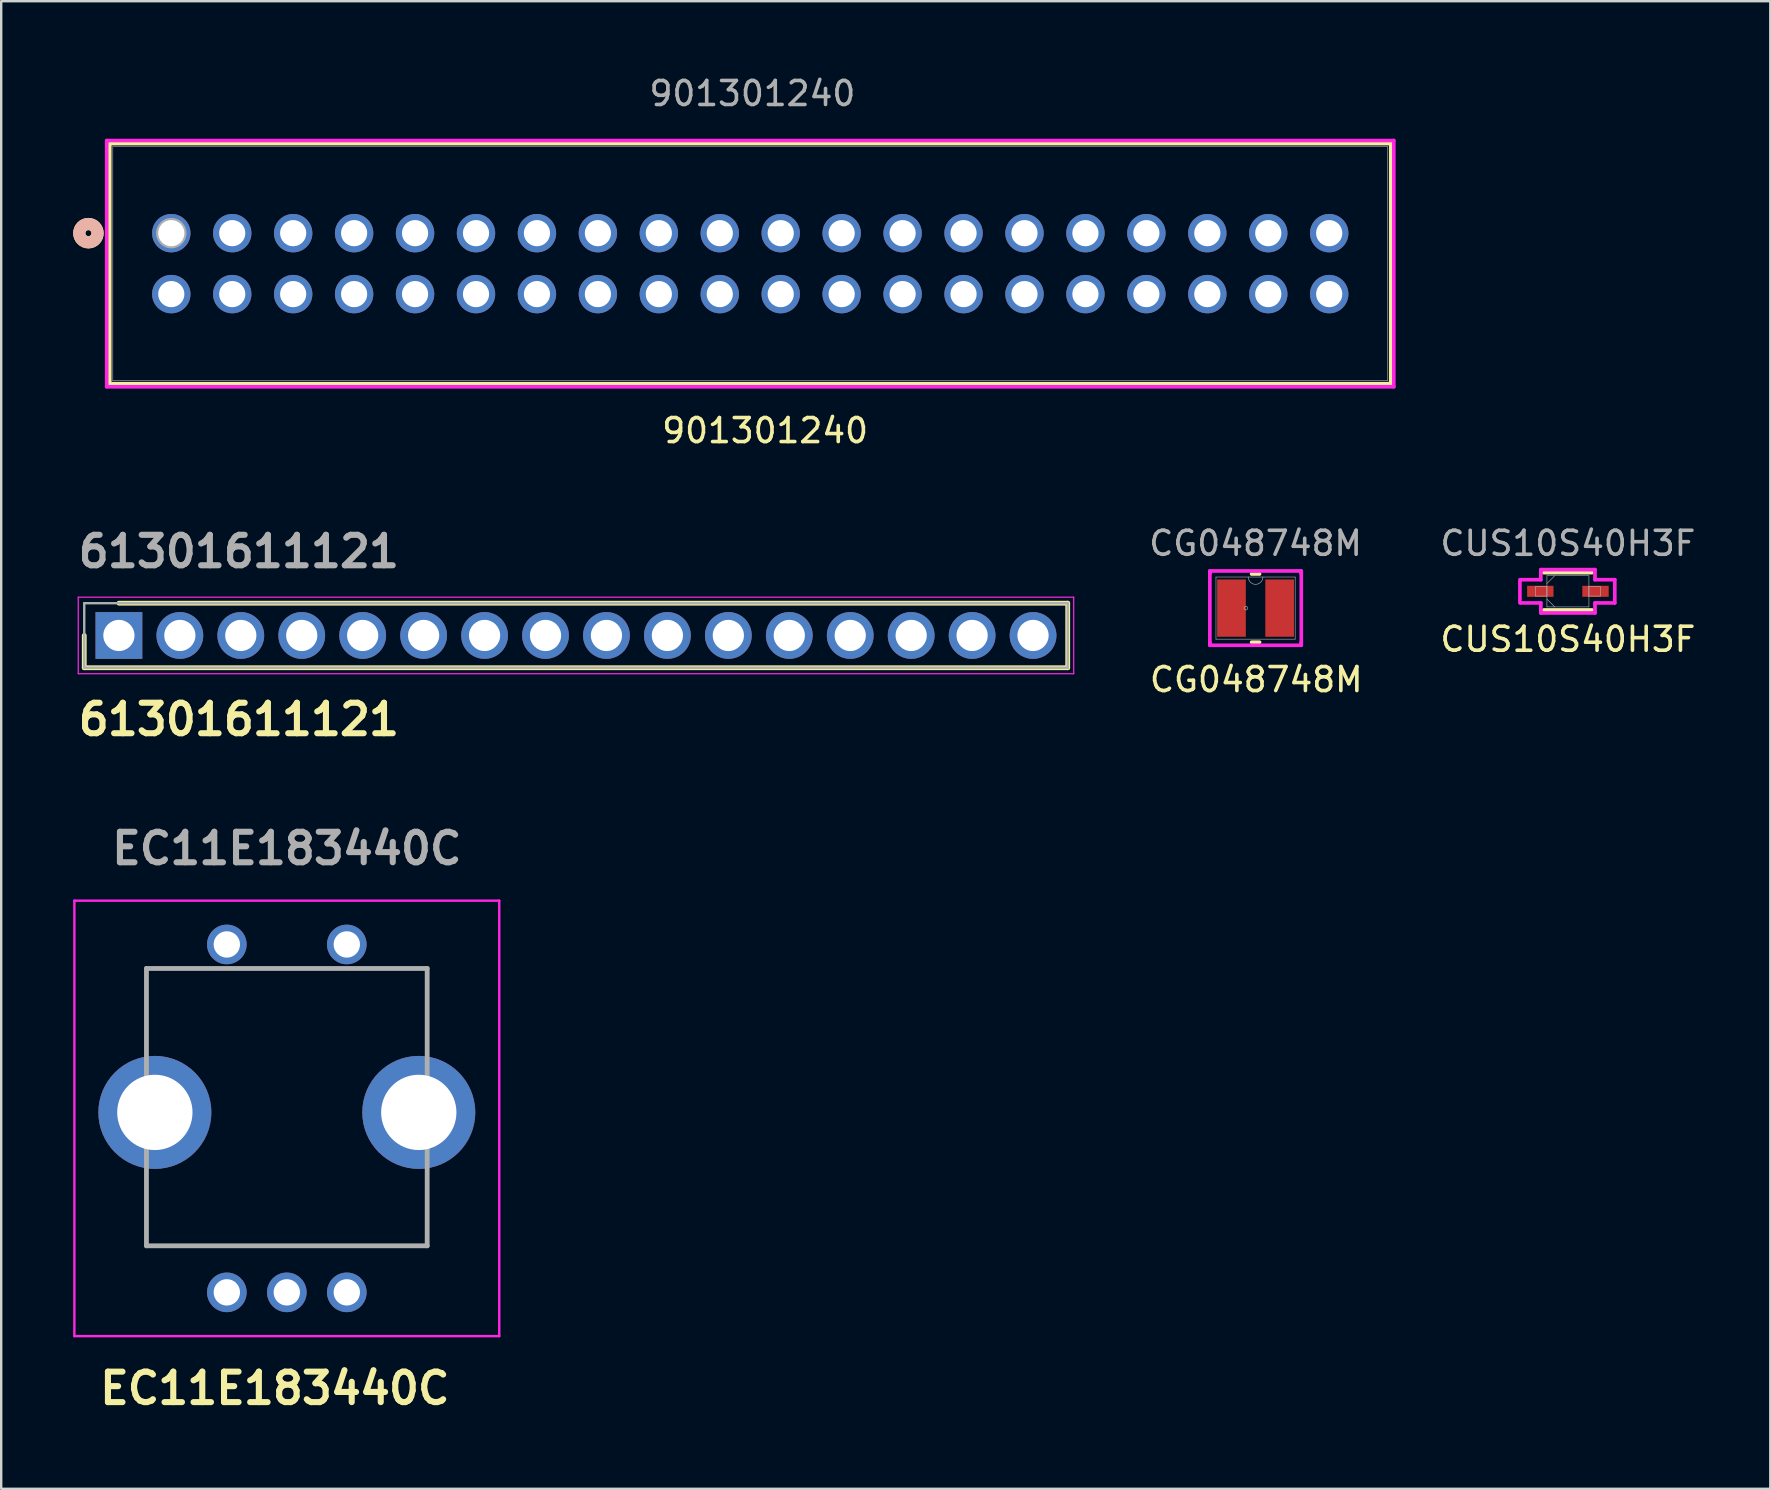
<source format=kicad_pcb>
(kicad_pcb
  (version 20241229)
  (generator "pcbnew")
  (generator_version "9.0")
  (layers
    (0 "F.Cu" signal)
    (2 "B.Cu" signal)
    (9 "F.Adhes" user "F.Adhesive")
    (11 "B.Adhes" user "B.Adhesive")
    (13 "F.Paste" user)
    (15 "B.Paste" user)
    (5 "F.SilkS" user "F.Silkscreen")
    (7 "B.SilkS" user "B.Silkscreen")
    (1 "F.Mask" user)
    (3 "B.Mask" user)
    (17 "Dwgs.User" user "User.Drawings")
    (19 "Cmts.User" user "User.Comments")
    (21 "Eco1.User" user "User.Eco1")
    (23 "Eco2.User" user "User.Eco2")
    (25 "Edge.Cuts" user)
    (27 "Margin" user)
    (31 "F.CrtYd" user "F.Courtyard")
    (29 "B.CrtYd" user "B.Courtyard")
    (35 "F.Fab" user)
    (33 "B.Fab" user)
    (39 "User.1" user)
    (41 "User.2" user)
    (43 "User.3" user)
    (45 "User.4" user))
  (footprint "CG048748M"
    (layer "F.Cu")
    (at 49.28 22.295)
    (property "Reference" "CG048748M" (at 0.03 2.98 0) (unlocked yes) (layer "F.SilkS") (effects (font (size 1 1) (thickness 0.15))))
    (attr smd)
    (fp_line (start -0.165 1.422) (end 0.165 1.422) (stroke (width 0.152) (type solid)) (layer "F.SilkS"))
    (fp_line (start 0.165 -1.422) (end -0.165 -1.422) (stroke (width 0.152) (type solid)) (layer "F.SilkS"))
    (fp_line (start -1.905 -1.549) (end 1.905 -1.549) (stroke (width 0.152) (type solid)) (layer "F.CrtYd"))
    (fp_line (start -1.905 -1.448) (end -1.905 -1.549) (stroke (width 0.152) (type solid)) (layer "F.CrtYd"))
    (fp_line (start -1.905 -1.448) (end -1.905 -1.448) (stroke (width 0.152) (type solid)) (layer "F.CrtYd"))
    (fp_line (start -1.905 1.448) (end -1.905 -1.448) (stroke (width 0.152) (type solid)) (layer "F.CrtYd"))
    (fp_line (start -1.905 1.448) (end -1.905 1.448) (stroke (width 0.152) (type solid)) (layer "F.CrtYd"))
    (fp_line (start -1.905 1.549) (end -1.905 1.448) (stroke (width 0.152) (type solid)) (layer "F.CrtYd"))
    (fp_line (start 1.905 -1.549) (end 1.905 -1.448) (stroke (width 0.152) (type solid)) (layer "F.CrtYd"))
    (fp_line (start 1.905 -1.448) (end 1.905 -1.448) (stroke (width 0.152) (type solid)) (layer "F.CrtYd"))
    (fp_line (start 1.905 -1.448) (end 1.905 1.448) (stroke (width 0.152) (type solid)) (layer "F.CrtYd"))
    (fp_line (start 1.905 1.448) (end 1.905 1.448) (stroke (width 0.152) (type solid)) (layer "F.CrtYd"))
    (fp_line (start 1.905 1.448) (end 1.905 1.549) (stroke (width 0.152) (type solid)) (layer "F.CrtYd"))
    (fp_line (start 1.905 1.549) (end -1.905 1.549) (stroke (width 0.152) (type solid)) (layer "F.CrtYd"))
    (fp_line (start -1.651 -1.295) (end -1.651 1.295) (stroke (width 0.025) (type solid)) (layer "F.Fab"))
    (fp_line (start -1.651 1.295) (end 1.651 1.295) (stroke (width 0.025) (type solid)) (layer "F.Fab"))
    (fp_line (start 1.651 -1.295) (end -1.651 -1.295) (stroke (width 0.025) (type solid)) (layer "F.Fab"))
    (fp_line (start 1.651 1.295) (end 1.651 -1.295) (stroke (width 0.025) (type solid)) (layer "F.Fab"))
    (fp_arc (start 0.3048 -1.2954) (mid 0 -0.9906) (end -0.3048 -1.2954) (stroke (width 0.0254) (type solid)) (layer "F.Fab"))
    (fp_circle (center -0.406 0) (end -0.33 0) (stroke (width 0.025) (type solid)) (fill no) (layer "F.Fab"))
    (fp_text user "${REFERENCE}" (at 0 -2.7 0) (unlocked yes) (layer "F.Fab") (effects (font (size 1 1) (thickness 0.15))))
    (pad "1" smd rect (at -1.003 0) (size 1.194 2.388) (layers "F.Cu" "F.Mask" "F.Paste"))
    (pad "2" smd rect (at 1.003 0) (size 1.194 2.388) (layers "F.Cu" "F.Mask" "F.Paste")))
  (footprint "CUS10S40H3F"
    (layer "F.Cu")
    (at 62.298 21.595)
    (property "Reference" "CUS10S40H3F" (at 0 2 0) (unlocked yes) (layer "F.SilkS") (effects (font (size 1 1) (thickness 0.15))))
    (attr smd)
    (fp_line (start -1.002 0.777) (end 1.002 0.777) (stroke (width 0.152) (type solid)) (layer "F.SilkS"))
    (fp_line (start 1.002 -0.777) (end -1.002 -0.777) (stroke (width 0.152) (type solid)) (layer "F.SilkS"))
    (fp_line (start -2 0.484) (end -2 -0.484) (stroke (width 0.152) (type solid)) (layer "F.CrtYd"))
    (fp_line (start -1.954 -0.484) (end -1.129 -0.484) (stroke (width 0.152) (type solid)) (layer "F.CrtYd"))
    (fp_line (start -1.129 -0.904) (end 1.129 -0.904) (stroke (width 0.152) (type solid)) (layer "F.CrtYd"))
    (fp_line (start -1.129 -0.484) (end -1.129 -0.904) (stroke (width 0.152) (type solid)) (layer "F.CrtYd"))
    (fp_line (start -1.129 0.484) (end -1.954 0.484) (stroke (width 0.152) (type solid)) (layer "F.CrtYd"))
    (fp_line (start -1.129 0.904) (end -1.129 0.484) (stroke (width 0.152) (type solid)) (layer "F.CrtYd"))
    (fp_line (start 1.129 -0.904) (end 1.129 -0.484) (stroke (width 0.152) (type solid)) (layer "F.CrtYd"))
    (fp_line (start 1.129 -0.484) (end 1.954 -0.484) (stroke (width 0.152) (type solid)) (layer "F.CrtYd"))
    (fp_line (start 1.129 0.484) (end 1.129 0.904) (stroke (width 0.152) (type solid)) (layer "F.CrtYd"))
    (fp_line (start 1.129 0.904) (end -1.129 0.904) (stroke (width 0.152) (type solid)) (layer "F.CrtYd"))
    (fp_line (start 1.954 -0.484) (end 1.954 0.484) (stroke (width 0.152) (type solid)) (layer "F.CrtYd"))
    (fp_line (start 1.954 0.484) (end 1.129 0.484) (stroke (width 0.152) (type solid)) (layer "F.CrtYd"))
    (fp_line (start -1.35 -0.2) (end -1.35 0.2) (stroke (width 0.025) (type solid)) (layer "F.Fab"))
    (fp_line (start -1.35 0.2) (end -0.875 0.2) (stroke (width 0.025) (type solid)) (layer "F.Fab"))
    (fp_line (start -0.875 -0.65) (end -0.875 0.65) (stroke (width 0.025) (type solid)) (layer "F.Fab"))
    (fp_line (start -0.875 -0.325) (end -0.55 -0.65) (stroke (width 0.025) (type solid)) (layer "F.Fab"))
    (fp_line (start -0.875 -0.2) (end -1.35 -0.2) (stroke (width 0.025) (type solid)) (layer "F.Fab"))
    (fp_line (start -0.875 0.2) (end -0.875 -0.2) (stroke (width 0.025) (type solid)) (layer "F.Fab"))
    (fp_line (start -0.875 0.325) (end -0.55 0.65) (stroke (width 0.025) (type solid)) (layer "F.Fab"))
    (fp_line (start -0.875 0.65) (end 0.875 0.65) (stroke (width 0.025) (type solid)) (layer "F.Fab"))
    (fp_line (start 0.875 -0.65) (end -0.875 -0.65) (stroke (width 0.025) (type solid)) (layer "F.Fab"))
    (fp_line (start 0.875 -0.2) (end 0.875 0.2) (stroke (width 0.025) (type solid)) (layer "F.Fab"))
    (fp_line (start 0.875 0.2) (end 1.35 0.2) (stroke (width 0.025) (type solid)) (layer "F.Fab"))
    (fp_line (start 0.875 0.65) (end 0.875 -0.65) (stroke (width 0.025) (type solid)) (layer "F.Fab"))
    (fp_line (start 1.35 -0.2) (end 0.875 -0.2) (stroke (width 0.025) (type solid)) (layer "F.Fab"))
    (fp_line (start 1.35 0.2) (end 1.35 -0.2) (stroke (width 0.025) (type solid)) (layer "F.Fab"))
    (fp_text user "${REFERENCE}" (at 0 -2 0) (unlocked yes) (layer "F.Fab") (effects (font (size 1 1) (thickness 0.15))))
    (pad "1" smd rect (at -1.15 0) (size 1.1 0.46) (layers "F.Cu" "F.Mask" "F.Paste"))
    (pad "2" smd rect (at 1.15 0) (size 1.1 0.46) (layers "F.Cu" "F.Mask" "F.Paste")))
  (footprint "EC11E183440C"
    (layer "F.Cu")
    (at 6.404 50.813)
    (property "Reference" "EC11E183440C" (at 2 4 0) (layer "F.SilkS") (effects (font (size 1.27 1.27) (thickness 0.254))))
    (attr through_hole)
    (fp_line (start -3.35 -13.5) (end 8.35 -13.5) (stroke (width 0.1) (type solid)) (layer "F.SilkS"))
    (fp_line (start -3.35 -10.5) (end -3.35 -13.5) (stroke (width 0.1) (type solid)) (layer "F.SilkS"))
    (fp_line (start -3.35 -4.5) (end -3.35 -1.94) (stroke (width 0.1) (type solid)) (layer "F.SilkS"))
    (fp_line (start -3.35 -1.94) (end 8.35 -1.94) (stroke (width 0.1) (type solid)) (layer "F.SilkS"))
    (fp_line (start 8.35 -13.5) (end 8.35 -10.5) (stroke (width 0.1) (type solid)) (layer "F.SilkS"))
    (fp_line (start 8.35 -1.94) (end 8.35 -4.5) (stroke (width 0.1) (type solid)) (layer "F.SilkS"))
    (fp_line (start -6.354 -16.325) (end 11.354 -16.325) (stroke (width 0.1) (type solid)) (layer "F.CrtYd"))
    (fp_line (start -6.354 1.825) (end -6.354 -16.325) (stroke (width 0.1) (type solid)) (layer "F.CrtYd"))
    (fp_line (start 11.354 -16.325) (end 11.354 1.825) (stroke (width 0.1) (type solid)) (layer "F.CrtYd"))
    (fp_line (start 11.354 1.825) (end -6.354 1.825) (stroke (width 0.1) (type solid)) (layer "F.CrtYd"))
    (fp_line (start -3.35 -13.5) (end 8.35 -13.5) (stroke (width 0.2) (type solid)) (layer "F.Fab"))
    (fp_line (start -3.35 -1.94) (end -3.35 -13.5) (stroke (width 0.2) (type solid)) (layer "F.Fab"))
    (fp_line (start 8.35 -13.5) (end 8.35 -1.94) (stroke (width 0.2) (type solid)) (layer "F.Fab"))
    (fp_line (start 8.35 -1.94) (end -3.35 -1.94) (stroke (width 0.2) (type solid)) (layer "F.Fab"))
    (fp_text user "${REFERENCE}" (at 2.5 -18.5 0) (layer "F.Fab") (effects (font (size 1.27 1.27) (thickness 0.254))))
    (pad "A1" thru_hole circle (at 0 0) (size 1.65 1.65) (drill 1.1) (layers "*.Cu" "*.Mask"))
    (pad "B1" thru_hole circle (at 5 0) (size 1.65 1.65) (drill 1.1) (layers "*.Cu" "*.Mask"))
    (pad "C1" thru_hole circle (at 2.5 0) (size 1.65 1.65) (drill 1.1) (layers "*.Cu" "*.Mask"))
    (pad "D1" thru_hole circle (at 0 -14.5) (size 1.65 1.65) (drill 1.1) (layers "*.Cu" "*.Mask"))
    (pad "E1" thru_hole circle (at 5 -14.5) (size 1.65 1.65) (drill 1.1) (layers "*.Cu" "*.Mask"))
    (pad "MH1" thru_hole circle (at -3 -7.5) (size 4.708 4.708) (drill 3.139) (layers "*.Cu" "*.Mask"))
    (pad "MH2" thru_hole circle (at 8 -7.5) (size 4.708 4.708) (drill 3.139) (layers "*.Cu" "*.Mask")))
  (footprint "901301240"
    (layer "F.Cu")
    (at 4.089 6.668)
    (property "Reference" "901301240" (at 24.75 8.23 0) (unlocked yes) (layer "F.SilkS") (effects (font (size 1 1) (thickness 0.15))))
    (attr through_hole)
    (fp_line (start -2.565 -3.734) (end -2.565 6.274) (stroke (width 0.152) (type solid)) (layer "F.SilkS"))
    (fp_line (start -2.565 6.274) (end 50.825 6.274) (stroke (width 0.152) (type solid)) (layer "F.SilkS"))
    (fp_line (start 50.825 -3.734) (end -2.565 -3.734) (stroke (width 0.152) (type solid)) (layer "F.SilkS"))
    (fp_line (start 50.825 6.274) (end 50.825 -3.734) (stroke (width 0.152) (type solid)) (layer "F.SilkS"))
    (fp_circle (center -3.454 0) (end -3.073 0) (stroke (width 0.508) (type solid)) (fill no) (layer "F.SilkS"))
    (fp_circle (center -3.454 0) (end -3.073 0) (stroke (width 0.508) (type solid)) (fill no) (layer "B.SilkS"))
    (fp_line (start -2.692 -3.861) (end -2.692 6.401) (stroke (width 0.152) (type solid)) (layer "F.CrtYd"))
    (fp_line (start -2.692 6.401) (end 50.952 6.401) (stroke (width 0.152) (type solid)) (layer "F.CrtYd"))
    (fp_line (start 50.952 -3.861) (end -2.692 -3.861) (stroke (width 0.152) (type solid)) (layer "F.CrtYd"))
    (fp_line (start 50.952 6.401) (end 50.952 -3.861) (stroke (width 0.152) (type solid)) (layer "F.CrtYd"))
    (fp_line (start -2.438 -3.607) (end -2.438 6.147) (stroke (width 0.025) (type solid)) (layer "F.Fab"))
    (fp_line (start -2.438 6.147) (end 50.698 6.147) (stroke (width 0.025) (type solid)) (layer "F.Fab"))
    (fp_line (start 50.698 -3.607) (end -2.438 -3.607) (stroke (width 0.025) (type solid)) (layer "F.Fab"))
    (fp_line (start 50.698 6.147) (end 50.698 -3.607) (stroke (width 0.025) (type solid)) (layer "F.Fab"))
    (fp_circle (center 0 0) (end 0.381 0) (stroke (width 0.508) (type solid)) (fill no) (layer "F.Fab"))
    (fp_text user "${REFERENCE}" (at 24.22 -5.82 0) (unlocked yes) (layer "F.Fab") (effects (font (size 1 1) (thickness 0.15))))
    (pad "1" thru_hole circle (at 0 0) (size 1.6 1.6) (drill 1.092) (layers "*.Cu" "*.Mask"))
    (pad "2" thru_hole circle (at 0 2.54) (size 1.6 1.6) (drill 1.092) (layers "*.Cu" "*.Mask"))
    (pad "3" thru_hole circle (at 2.54 0) (size 1.6 1.6) (drill 1.092) (layers "*.Cu" "*.Mask"))
    (pad "4" thru_hole circle (at 2.54 2.54) (size 1.6 1.6) (drill 1.092) (layers "*.Cu" "*.Mask"))
    (pad "5" thru_hole circle (at 5.08 0) (size 1.6 1.6) (drill 1.092) (layers "*.Cu" "*.Mask"))
    (pad "6" thru_hole circle (at 5.08 2.54) (size 1.6 1.6) (drill 1.092) (layers "*.Cu" "*.Mask"))
    (pad "7" thru_hole circle (at 7.62 0) (size 1.6 1.6) (drill 1.092) (layers "*.Cu" "*.Mask"))
    (pad "8" thru_hole circle (at 7.62 2.54) (size 1.6 1.6) (drill 1.092) (layers "*.Cu" "*.Mask"))
    (pad "9" thru_hole circle (at 10.16 0) (size 1.6 1.6) (drill 1.092) (layers "*.Cu" "*.Mask"))
    (pad "10" thru_hole circle (at 10.16 2.54) (size 1.6 1.6) (drill 1.092) (layers "*.Cu" "*.Mask"))
    (pad "11" thru_hole circle (at 12.7 0) (size 1.6 1.6) (drill 1.092) (layers "*.Cu" "*.Mask"))
    (pad "12" thru_hole circle (at 12.7 2.54) (size 1.6 1.6) (drill 1.092) (layers "*.Cu" "*.Mask"))
    (pad "13" thru_hole circle (at 15.24 0) (size 1.6 1.6) (drill 1.092) (layers "*.Cu" "*.Mask"))
    (pad "14" thru_hole circle (at 15.24 2.54) (size 1.6 1.6) (drill 1.092) (layers "*.Cu" "*.Mask"))
    (pad "15" thru_hole circle (at 17.78 0) (size 1.6 1.6) (drill 1.092) (layers "*.Cu" "*.Mask"))
    (pad "16" thru_hole circle (at 17.78 2.54) (size 1.6 1.6) (drill 1.092) (layers "*.Cu" "*.Mask"))
    (pad "17" thru_hole circle (at 20.32 0) (size 1.6 1.6) (drill 1.092) (layers "*.Cu" "*.Mask"))
    (pad "18" thru_hole circle (at 20.32 2.54) (size 1.6 1.6) (drill 1.092) (layers "*.Cu" "*.Mask"))
    (pad "19" thru_hole circle (at 22.86 0) (size 1.6 1.6) (drill 1.092) (layers "*.Cu" "*.Mask"))
    (pad "20" thru_hole circle (at 22.86 2.54) (size 1.6 1.6) (drill 1.092) (layers "*.Cu" "*.Mask"))
    (pad "21" thru_hole circle (at 25.4 0) (size 1.6 1.6) (drill 1.092) (layers "*.Cu" "*.Mask"))
    (pad "22" thru_hole circle (at 25.4 2.54) (size 1.6 1.6) (drill 1.092) (layers "*.Cu" "*.Mask"))
    (pad "23" thru_hole circle (at 27.94 0) (size 1.6 1.6) (drill 1.092) (layers "*.Cu" "*.Mask"))
    (pad "24" thru_hole circle (at 27.94 2.54) (size 1.6 1.6) (drill 1.092) (layers "*.Cu" "*.Mask"))
    (pad "25" thru_hole circle (at 30.48 0) (size 1.6 1.6) (drill 1.092) (layers "*.Cu" "*.Mask"))
    (pad "26" thru_hole circle (at 30.48 2.54) (size 1.6 1.6) (drill 1.092) (layers "*.Cu" "*.Mask"))
    (pad "27" thru_hole circle (at 33.02 0) (size 1.6 1.6) (drill 1.092) (layers "*.Cu" "*.Mask"))
    (pad "28" thru_hole circle (at 33.02 2.54) (size 1.6 1.6) (drill 1.092) (layers "*.Cu" "*.Mask"))
    (pad "29" thru_hole circle (at 35.56 0) (size 1.6 1.6) (drill 1.092) (layers "*.Cu" "*.Mask"))
    (pad "30" thru_hole circle (at 35.56 2.54) (size 1.6 1.6) (drill 1.092) (layers "*.Cu" "*.Mask"))
    (pad "31" thru_hole circle (at 38.1 0) (size 1.6 1.6) (drill 1.092) (layers "*.Cu" "*.Mask"))
    (pad "32" thru_hole circle (at 38.1 2.54) (size 1.6 1.6) (drill 1.092) (layers "*.Cu" "*.Mask"))
    (pad "33" thru_hole circle (at 40.64 0) (size 1.6 1.6) (drill 1.092) (layers "*.Cu" "*.Mask"))
    (pad "34" thru_hole circle (at 40.64 2.54) (size 1.6 1.6) (drill 1.092) (layers "*.Cu" "*.Mask"))
    (pad "35" thru_hole circle (at 43.18 0) (size 1.6 1.6) (drill 1.092) (layers "*.Cu" "*.Mask"))
    (pad "36" thru_hole circle (at 43.18 2.54) (size 1.6 1.6) (drill 1.092) (layers "*.Cu" "*.Mask"))
    (pad "37" thru_hole circle (at 45.72 0) (size 1.6 1.6) (drill 1.092) (layers "*.Cu" "*.Mask"))
    (pad "38" thru_hole circle (at 45.72 2.54) (size 1.6 1.6) (drill 1.092) (layers "*.Cu" "*.Mask"))
    (pad "39" thru_hole circle (at 48.26 0) (size 1.6 1.6) (drill 1.092) (layers "*.Cu" "*.Mask"))
    (pad "40" thru_hole circle (at 48.26 2.54) (size 1.6 1.6) (drill 1.092) (layers "*.Cu" "*.Mask")))
  (footprint "61301611121"
    (layer "F.Cu")
    (at 1.906 23.435)
    (property "Reference" "61301611121" (at 5 3.5 0) (layer "F.SilkS") (effects (font (size 1.27 1.27) (thickness 0.254))))
    (attr through_hole)
    (fp_line (start -1.445 0) (end -1.445 1.345) (stroke (width 0.2) (type solid)) (layer "F.SilkS"))
    (fp_line (start -1.445 1.345) (end 39.545 1.345) (stroke (width 0.2) (type solid)) (layer "F.SilkS"))
    (fp_line (start 39.545 -1.345) (end 0 -1.345) (stroke (width 0.2) (type solid)) (layer "F.SilkS"))
    (fp_line (start 39.545 1.345) (end 39.545 -1.345) (stroke (width 0.2) (type solid)) (layer "F.SilkS"))
    (fp_line (start -1.695 -1.595) (end 39.795 -1.595) (stroke (width 0.05) (type solid)) (layer "F.CrtYd"))
    (fp_line (start -1.695 1.595) (end -1.695 -1.595) (stroke (width 0.05) (type solid)) (layer "F.CrtYd"))
    (fp_line (start 39.795 -1.595) (end 39.795 1.595) (stroke (width 0.05) (type solid)) (layer "F.CrtYd"))
    (fp_line (start 39.795 1.595) (end -1.695 1.595) (stroke (width 0.05) (type solid)) (layer "F.CrtYd"))
    (fp_line (start -1.445 -1.345) (end 39.545 -1.345) (stroke (width 0.1) (type solid)) (layer "F.Fab"))
    (fp_line (start -1.445 1.345) (end -1.445 -1.345) (stroke (width 0.1) (type solid)) (layer "F.Fab"))
    (fp_line (start 39.545 -1.345) (end 39.545 1.345) (stroke (width 0.1) (type solid)) (layer "F.Fab"))
    (fp_line (start 39.545 1.345) (end -1.445 1.345) (stroke (width 0.1) (type solid)) (layer "F.Fab"))
    (fp_text user "${REFERENCE}" (at 5 -3.5 0) (layer "F.Fab") (effects (font (size 1.27 1.27) (thickness 0.254))))
    (pad "1" thru_hole rect (at 0 0) (size 1.95 1.95) (drill 1.3) (layers "*.Cu" "*.Mask"))
    (pad "2" thru_hole circle (at 2.54 0) (size 1.95 1.95) (drill 1.3) (layers "*.Cu" "*.Mask"))
    (pad "3" thru_hole circle (at 5.08 0) (size 1.95 1.95) (drill 1.3) (layers "*.Cu" "*.Mask"))
    (pad "4" thru_hole circle (at 7.62 0) (size 1.95 1.95) (drill 1.3) (layers "*.Cu" "*.Mask"))
    (pad "5" thru_hole circle (at 10.16 0) (size 1.95 1.95) (drill 1.3) (layers "*.Cu" "*.Mask"))
    (pad "6" thru_hole circle (at 12.7 0) (size 1.95 1.95) (drill 1.3) (layers "*.Cu" "*.Mask"))
    (pad "7" thru_hole circle (at 15.24 0) (size 1.95 1.95) (drill 1.3) (layers "*.Cu" "*.Mask"))
    (pad "8" thru_hole circle (at 17.78 0) (size 1.95 1.95) (drill 1.3) (layers "*.Cu" "*.Mask"))
    (pad "9" thru_hole circle (at 20.32 0) (size 1.95 1.95) (drill 1.3) (layers "*.Cu" "*.Mask"))
    (pad "10" thru_hole circle (at 22.86 0) (size 1.95 1.95) (drill 1.3) (layers "*.Cu" "*.Mask"))
    (pad "11" thru_hole circle (at 25.4 0) (size 1.95 1.95) (drill 1.3) (layers "*.Cu" "*.Mask"))
    (pad "12" thru_hole circle (at 27.94 0) (size 1.95 1.95) (drill 1.3) (layers "*.Cu" "*.Mask"))
    (pad "13" thru_hole circle (at 30.48 0) (size 1.95 1.95) (drill 1.3) (layers "*.Cu" "*.Mask"))
    (pad "14" thru_hole circle (at 33.02 0) (size 1.95 1.95) (drill 1.3) (layers "*.Cu" "*.Mask"))
    (pad "15" thru_hole circle (at 35.56 0) (size 1.95 1.95) (drill 1.3) (layers "*.Cu" "*.Mask"))
    (pad "16" thru_hole circle (at 38.1 0) (size 1.95 1.95) (drill 1.3) (layers "*.Cu" "*.Mask")))
  (gr_rect
    (start -3 -3)
    (end 70.733 59.001)
    (stroke (width 0.1) (type default))
    (fill no)
    (layer "Edge.Cuts")))
</source>
